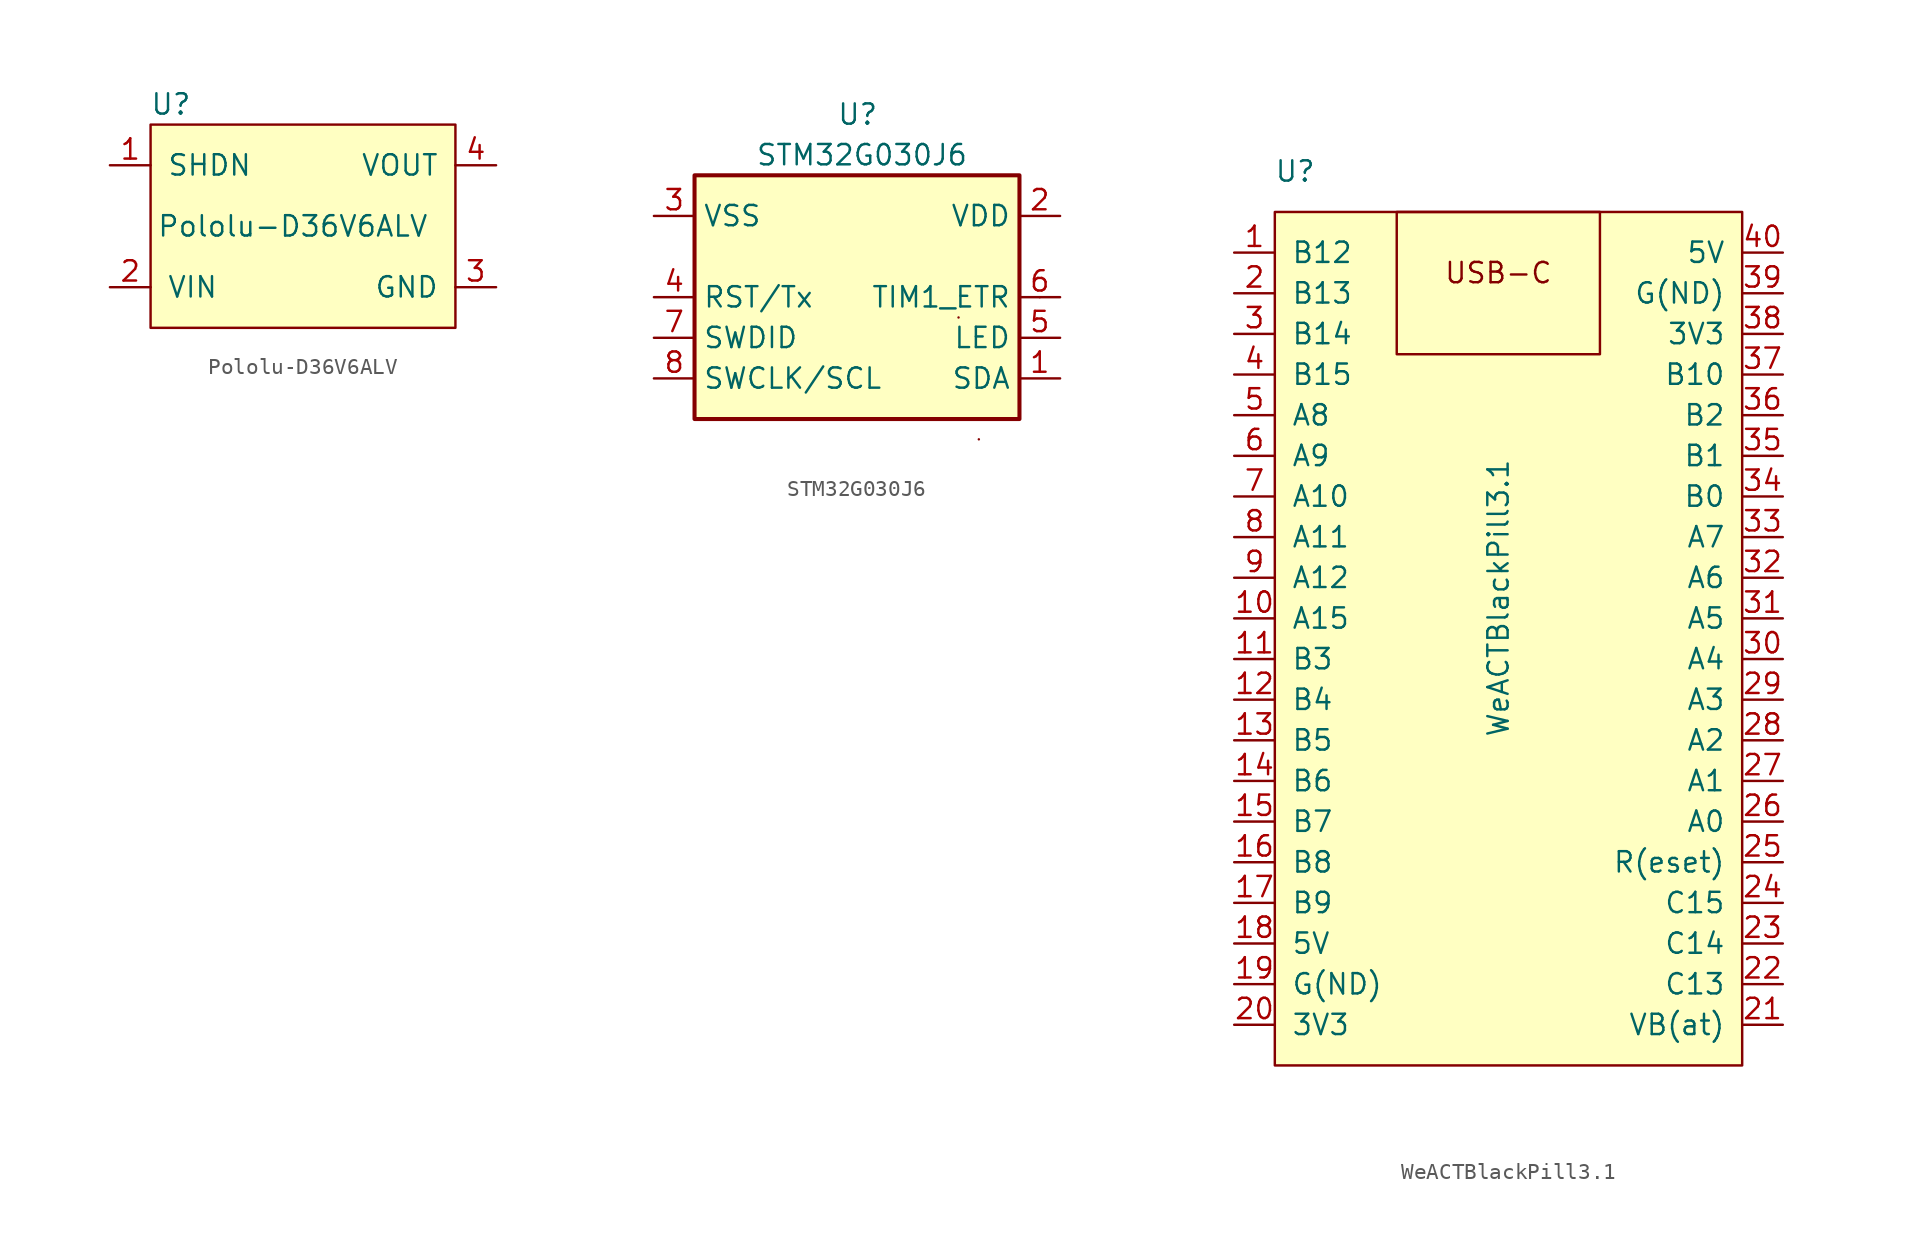
<source format=kicad_sym>
(kicad_symbol_lib
  (version 20211014)
  (generator kicad_symbol_editor)
  (symbol "Pololu-D36V6ALV"
    (pin_names
      (offset 1.016))
    (property "Reference" "U"
      (at -8.89 12.7 0)
      (effects (font (size 1.27 1.27))))
    (property "Value" "Pololu-D36V6ALV"
      (at -1.27 5.08 0)
      (effects (font (size 1.27 1.27))))
    (symbol "Pololu-D36V6ALV_0_1"
      (rectangle (start 8.89 -1.27) (end -10.16 11.43) (stroke (width 0) (type default) (color 0 0 0 0)) (fill (type background))))
    (symbol "Pololu-D36V6ALV_1_1"
      (pin input line (at -12.7 8.89 0) (length 2.54) (name "SHDN" (effects (font (size 1.27 1.27)))) (number "1" (effects (font (size 1.27 1.27)))))
      (pin power_in line (at -12.7 1.27 0) (length 2.54) (name "VIN" (effects (font (size 1.27 1.27)))) (number "2" (effects (font (size 1.27 1.27)))))
      (pin power_in line (at 11.43 1.27 180) (length 2.54) (name "GND" (effects (font (size 1.27 1.27)))) (number "3" (effects (font (size 1.27 1.27)))))
      (pin power_out line (at 11.43 8.89 180) (length 2.54) (name "VOUT" (effects (font (size 1.27 1.27)))) (number "4" (effects (font (size 1.27 1.27)))))))
  (symbol "STM32G030J6"
    (property "Reference" "U"
      (at -1.27 12.7 0)
      (effects (font (size 1.27 1.27)) (justify left)))
    (property "Value" "STM32G030J6"
      (at -6.35 10.16 0)
      (effects (font (size 1.27 1.27)) (justify left)))
    (symbol "STM32G030J6_0_1"
      (rectangle (start -10.16 8.89) (end 10.16 -6.35) (stroke (width 0.254) (type default) (color 0 0 0 0)) (fill (type background)))
      (rectangle (start 6.35 0) (end 6.35 0) (stroke (width 0) (type default) (color 0 0 0 0)) (fill (type none)))
      (rectangle (start 7.62 -7.62) (end 7.62 -7.62) (stroke (width 0) (type default) (color 0 0 0 0)) (fill (type none)))
      (rectangle (start 11.43 1.27) (end 11.43 1.27) (stroke (width 0) (type default) (color 0 0 0 0)) (fill (type none))))
    (symbol "STM32G030J6_1_1"
      (pin bidirectional line (at 12.7 -3.81 180) (length 2.54) (name "SDA" (effects (font (size 1.27 1.27)))) (number "1" (effects (font (size 1.27 1.27)))))
      (pin power_in line (at 12.7 6.35 180) (length 2.54) (name "VDD" (effects (font (size 1.27 1.27)))) (number "2" (effects (font (size 1.27 1.27)))))
      (pin power_in line (at -12.7 6.35 0) (length 2.54) (name "VSS" (effects (font (size 1.27 1.27)))) (number "3" (effects (font (size 1.27 1.27)))))
      (pin bidirectional line (at -12.7 1.27 0) (length 2.54) (name "RST/Tx" (effects (font (size 1.27 1.27)))) (number "4" (effects (font (size 1.27 1.27)))))
      (pin bidirectional line (at 12.7 -1.27 180) (length 2.54) (name "LED" (effects (font (size 1.27 1.27)))) (number "5" (effects (font (size 1.27 1.27)))))
      (pin bidirectional line (at 12.7 1.27 180) (length 2.54) (name "TIM1_ETR" (effects (font (size 1.27 1.27)))) (number "6" (effects (font (size 1.27 1.27)))))
      (pin bidirectional line (at -12.7 -1.27 0) (length 2.54) (name "SWDID" (effects (font (size 1.27 1.27)))) (number "7" (effects (font (size 1.27 1.27)))))
      (pin bidirectional line (at -12.7 -3.81 0) (length 2.54) (name "SWCLK/SCL" (effects (font (size 1.27 1.27)))) (number "8" (effects (font (size 1.27 1.27)))))))
  (symbol "WeACTBlackPill3.1"
    (pin_names
      (offset 1.016))
    (property "Reference" "U"
      (at -12.7 25.4 0)
      (effects (font (size 1.27 1.27))))
    (property "Value" "WeACTBlackPill3.1"
      (at 0 -1.27 90)
      (effects (font (size 1.27 1.27))))
    (symbol "WeACTBlackPill3.1_0_0"
      (text "USB-C" (at 0 19.05 0) (effects (font (size 1.27 1.27)))))
    (symbol "WeACTBlackPill3.1_0_1"
      (rectangle (start -13.97 22.86) (end 15.24 -30.48) (stroke (width 0) (type default) (color 0 0 0 0)) (fill (type background)))
      (rectangle (start -6.35 22.86) (end 6.35 13.97) (stroke (width 0) (type default) (color 0 0 0 0)) (fill (type none))))
    (symbol "WeACTBlackPill3.1_1_1"
      (pin bidirectional line (at -16.51 20.32 0) (length 2.54) (name "B12" (effects (font (size 1.27 1.27)))) (number "1" (effects (font (size 1.27 1.27)))))
      (pin bidirectional line (at -16.51 -2.54 0) (length 2.54) (name "A15" (effects (font (size 1.27 1.27)))) (number "10" (effects (font (size 1.27 1.27)))))
      (pin bidirectional line (at -16.51 -5.08 0) (length 2.54) (name "B3" (effects (font (size 1.27 1.27)))) (number "11" (effects (font (size 1.27 1.27)))))
      (pin bidirectional line (at -16.51 -7.62 0) (length 2.54) (name "B4" (effects (font (size 1.27 1.27)))) (number "12" (effects (font (size 1.27 1.27)))))
      (pin bidirectional line (at -16.51 -10.16 0) (length 2.54) (name "B5" (effects (font (size 1.27 1.27)))) (number "13" (effects (font (size 1.27 1.27)))))
      (pin bidirectional line (at -16.51 -12.7 0) (length 2.54) (name "B6" (effects (font (size 1.27 1.27)))) (number "14" (effects (font (size 1.27 1.27)))))
      (pin bidirectional line (at -16.51 -15.24 0) (length 2.54) (name "B7" (effects (font (size 1.27 1.27)))) (number "15" (effects (font (size 1.27 1.27)))))
      (pin bidirectional line (at -16.51 -17.78 0) (length 2.54) (name "B8" (effects (font (size 1.27 1.27)))) (number "16" (effects (font (size 1.27 1.27)))))
      (pin bidirectional line (at -16.51 -20.32 0) (length 2.54) (name "B9" (effects (font (size 1.27 1.27)))) (number "17" (effects (font (size 1.27 1.27)))))
      (pin power_out line (at -16.51 -22.86 0) (length 2.54) (name "5V" (effects (font (size 1.27 1.27)))) (number "18" (effects (font (size 1.27 1.27)))))
      (pin power_out line (at -16.51 -25.4 0) (length 2.54) (name "G(ND)" (effects (font (size 1.27 1.27)))) (number "19" (effects (font (size 1.27 1.27)))))
      (pin bidirectional line (at -16.51 17.78 0) (length 2.54) (name "B13" (effects (font (size 1.27 1.27)))) (number "2" (effects (font (size 1.27 1.27)))))
      (pin power_out line (at -16.51 -27.94 0) (length 2.54) (name "3V3" (effects (font (size 1.27 1.27)))) (number "20" (effects (font (size 1.27 1.27)))))
      (pin power_in line (at 17.78 -27.94 180) (length 2.54) (name "VB(at)" (effects (font (size 1.27 1.27)))) (number "21" (effects (font (size 1.27 1.27)))))
      (pin bidirectional line (at 17.78 -25.4 180) (length 2.54) (name "C13" (effects (font (size 1.27 1.27)))) (number "22" (effects (font (size 1.27 1.27)))))
      (pin bidirectional line (at 17.78 -22.86 180) (length 2.54) (name "C14" (effects (font (size 1.27 1.27)))) (number "23" (effects (font (size 1.27 1.27)))))
      (pin bidirectional line (at 17.78 -20.32 180) (length 2.54) (name "C15" (effects (font (size 1.27 1.27)))) (number "24" (effects (font (size 1.27 1.27)))))
      (pin input line (at 17.78 -17.78 180) (length 2.54) (name "R(eset)" (effects (font (size 1.27 1.27)))) (number "25" (effects (font (size 1.27 1.27)))))
      (pin bidirectional line (at 17.78 -15.24 180) (length 2.54) (name "A0" (effects (font (size 1.27 1.27)))) (number "26" (effects (font (size 1.27 1.27)))))
      (pin bidirectional line (at 17.78 -12.7 180) (length 2.54) (name "A1" (effects (font (size 1.27 1.27)))) (number "27" (effects (font (size 1.27 1.27)))))
      (pin bidirectional line (at 17.78 -10.16 180) (length 2.54) (name "A2" (effects (font (size 1.27 1.27)))) (number "28" (effects (font (size 1.27 1.27)))))
      (pin bidirectional line (at 17.78 -7.62 180) (length 2.54) (name "A3" (effects (font (size 1.27 1.27)))) (number "29" (effects (font (size 1.27 1.27)))))
      (pin bidirectional line (at -16.51 15.24 0) (length 2.54) (name "B14" (effects (font (size 1.27 1.27)))) (number "3" (effects (font (size 1.27 1.27)))))
      (pin bidirectional line (at 17.78 -5.08 180) (length 2.54) (name "A4" (effects (font (size 1.27 1.27)))) (number "30" (effects (font (size 1.27 1.27)))))
      (pin bidirectional line (at 17.78 -2.54 180) (length 2.54) (name "A5" (effects (font (size 1.27 1.27)))) (number "31" (effects (font (size 1.27 1.27)))))
      (pin bidirectional line (at 17.78 0 180) (length 2.54) (name "A6" (effects (font (size 1.27 1.27)))) (number "32" (effects (font (size 1.27 1.27)))))
      (pin bidirectional line (at 17.78 2.54 180) (length 2.54) (name "A7" (effects (font (size 1.27 1.27)))) (number "33" (effects (font (size 1.27 1.27)))))
      (pin bidirectional line (at 17.78 5.08 180) (length 2.54) (name "B0" (effects (font (size 1.27 1.27)))) (number "34" (effects (font (size 1.27 1.27)))))
      (pin bidirectional line (at 17.78 7.62 180) (length 2.54) (name "B1" (effects (font (size 1.27 1.27)))) (number "35" (effects (font (size 1.27 1.27)))))
      (pin bidirectional line (at 17.78 10.16 180) (length 2.54) (name "B2" (effects (font (size 1.27 1.27)))) (number "36" (effects (font (size 1.27 1.27)))))
      (pin bidirectional line (at 17.78 12.7 180) (length 2.54) (name "B10" (effects (font (size 1.27 1.27)))) (number "37" (effects (font (size 1.27 1.27)))))
      (pin passive line (at 17.78 15.24 180) (length 2.54) (name "3V3" (effects (font (size 1.27 1.27)))) (number "38" (effects (font (size 1.27 1.27)))))
      (pin passive line (at 17.78 17.78 180) (length 2.54) (name "G(ND)" (effects (font (size 1.27 1.27)))) (number "39" (effects (font (size 1.27 1.27)))))
      (pin bidirectional line (at -16.51 12.7 0) (length 2.54) (name "B15" (effects (font (size 1.27 1.27)))) (number "4" (effects (font (size 1.27 1.27)))))
      (pin power_out line (at 17.78 20.32 180) (length 2.54) (name "5V" (effects (font (size 1.27 1.27)))) (number "40" (effects (font (size 1.27 1.27)))))
      (pin bidirectional line (at -16.51 10.16 0) (length 2.54) (name "A8" (effects (font (size 1.27 1.27)))) (number "5" (effects (font (size 1.27 1.27)))))
      (pin bidirectional line (at -16.51 7.62 0) (length 2.54) (name "A9" (effects (font (size 1.27 1.27)))) (number "6" (effects (font (size 1.27 1.27)))))
      (pin bidirectional line (at -16.51 5.08 0) (length 2.54) (name "A10" (effects (font (size 1.27 1.27)))) (number "7" (effects (font (size 1.27 1.27)))))
      (pin bidirectional line (at -16.51 2.54 0) (length 2.54) (name "A11" (effects (font (size 1.27 1.27)))) (number "8" (effects (font (size 1.27 1.27)))))
      (pin bidirectional line (at -16.51 0 0) (length 2.54) (name "A12" (effects (font (size 1.27 1.27)))) (number "9" (effects (font (size 1.27 1.27))))))))
</source>
